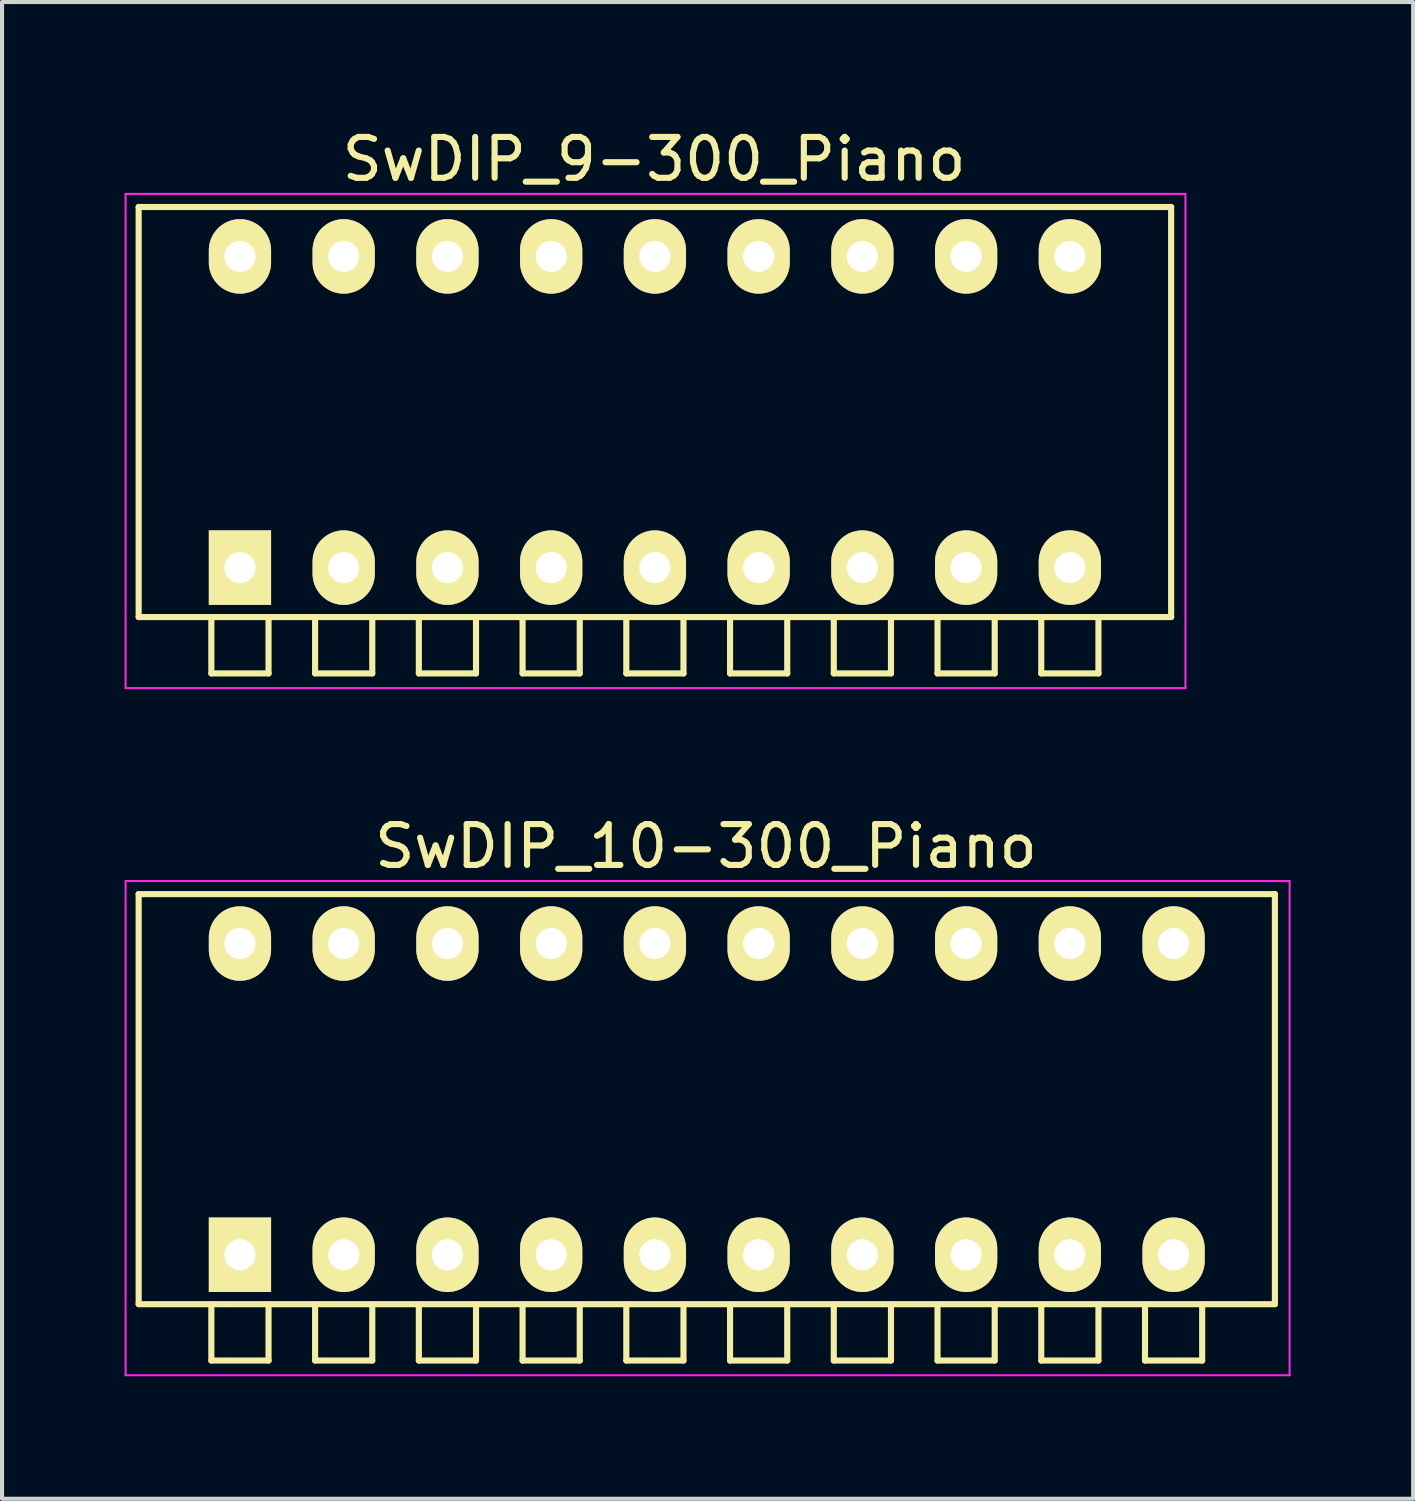
<source format=kicad_pcb>
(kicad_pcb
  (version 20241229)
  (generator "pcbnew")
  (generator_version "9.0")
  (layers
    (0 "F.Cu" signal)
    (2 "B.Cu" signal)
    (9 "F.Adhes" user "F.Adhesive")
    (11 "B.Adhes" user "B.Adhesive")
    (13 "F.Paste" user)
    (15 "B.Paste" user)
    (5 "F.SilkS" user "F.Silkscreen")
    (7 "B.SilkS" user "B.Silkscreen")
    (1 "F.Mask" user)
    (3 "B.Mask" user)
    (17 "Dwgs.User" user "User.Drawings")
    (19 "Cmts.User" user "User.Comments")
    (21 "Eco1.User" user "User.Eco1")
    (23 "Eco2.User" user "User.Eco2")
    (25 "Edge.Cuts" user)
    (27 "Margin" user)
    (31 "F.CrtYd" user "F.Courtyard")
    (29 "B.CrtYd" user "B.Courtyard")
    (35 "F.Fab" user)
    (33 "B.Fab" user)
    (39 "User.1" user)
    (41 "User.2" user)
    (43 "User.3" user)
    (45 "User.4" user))
  (footprint "SwDIP_10-300_Piano"
    (layer "F.Cu")
    (at 2.825 27.672)
    (property "Reference" "SwDIP_10-300_Piano" (at 11.41 -10 0) (layer "F.SilkS") (effects (font (size 1 1) (thickness 0.15))))
    (attr through_hole)
    (fp_line (start -2.48 -8.83) (end 25.34 -8.83) (stroke (width 0.15) (type solid)) (layer "F.SilkS"))
    (fp_line (start -2.48 1.21) (end -2.48 -8.83) (stroke (width 0.15) (type solid)) (layer "F.SilkS"))
    (fp_line (start -0.7 1.22) (end -0.7 2.59) (stroke (width 0.15) (type solid)) (layer "F.SilkS"))
    (fp_line (start -0.7 2.59) (end 0.7 2.59) (stroke (width 0.15) (type solid)) (layer "F.SilkS"))
    (fp_line (start 0.7 2.59) (end 0.7 1.22) (stroke (width 0.15) (type solid)) (layer "F.SilkS"))
    (fp_line (start 1.84 1.22) (end 1.84 2.59) (stroke (width 0.15) (type solid)) (layer "F.SilkS"))
    (fp_line (start 1.84 2.59) (end 3.24 2.59) (stroke (width 0.15) (type solid)) (layer "F.SilkS"))
    (fp_line (start 3.24 2.59) (end 3.24 1.22) (stroke (width 0.15) (type solid)) (layer "F.SilkS"))
    (fp_line (start 4.38 1.22) (end 4.38 2.59) (stroke (width 0.15) (type solid)) (layer "F.SilkS"))
    (fp_line (start 4.38 2.59) (end 5.78 2.59) (stroke (width 0.15) (type solid)) (layer "F.SilkS"))
    (fp_line (start 5.78 2.59) (end 5.78 1.22) (stroke (width 0.15) (type solid)) (layer "F.SilkS"))
    (fp_line (start 6.92 1.22) (end 6.92 2.59) (stroke (width 0.15) (type solid)) (layer "F.SilkS"))
    (fp_line (start 6.92 2.59) (end 8.32 2.59) (stroke (width 0.15) (type solid)) (layer "F.SilkS"))
    (fp_line (start 8.32 2.59) (end 8.32 1.22) (stroke (width 0.15) (type solid)) (layer "F.SilkS"))
    (fp_line (start 9.46 1.22) (end 9.46 2.59) (stroke (width 0.15) (type solid)) (layer "F.SilkS"))
    (fp_line (start 9.46 2.59) (end 10.86 2.59) (stroke (width 0.15) (type solid)) (layer "F.SilkS"))
    (fp_line (start 10.86 2.59) (end 10.86 1.22) (stroke (width 0.15) (type solid)) (layer "F.SilkS"))
    (fp_line (start 12 1.22) (end 12 2.59) (stroke (width 0.15) (type solid)) (layer "F.SilkS"))
    (fp_line (start 12 2.59) (end 13.4 2.59) (stroke (width 0.15) (type solid)) (layer "F.SilkS"))
    (fp_line (start 13.4 2.59) (end 13.4 1.22) (stroke (width 0.15) (type solid)) (layer "F.SilkS"))
    (fp_line (start 14.54 1.22) (end 14.54 2.59) (stroke (width 0.15) (type solid)) (layer "F.SilkS"))
    (fp_line (start 14.54 2.59) (end 15.94 2.59) (stroke (width 0.15) (type solid)) (layer "F.SilkS"))
    (fp_line (start 15.94 2.59) (end 15.94 1.22) (stroke (width 0.15) (type solid)) (layer "F.SilkS"))
    (fp_line (start 17.08 1.22) (end 17.08 2.59) (stroke (width 0.15) (type solid)) (layer "F.SilkS"))
    (fp_line (start 17.08 2.59) (end 18.48 2.59) (stroke (width 0.15) (type solid)) (layer "F.SilkS"))
    (fp_line (start 18.48 2.59) (end 18.48 1.22) (stroke (width 0.15) (type solid)) (layer "F.SilkS"))
    (fp_line (start 19.62 1.22) (end 19.62 2.59) (stroke (width 0.15) (type solid)) (layer "F.SilkS"))
    (fp_line (start 19.62 2.59) (end 21.02 2.59) (stroke (width 0.15) (type solid)) (layer "F.SilkS"))
    (fp_line (start 21.02 2.59) (end 21.02 1.22) (stroke (width 0.15) (type solid)) (layer "F.SilkS"))
    (fp_line (start 22.16 1.22) (end 22.16 2.59) (stroke (width 0.15) (type solid)) (layer "F.SilkS"))
    (fp_line (start 22.16 2.59) (end 23.56 2.59) (stroke (width 0.15) (type solid)) (layer "F.SilkS"))
    (fp_line (start 23.56 2.59) (end 23.56 1.22) (stroke (width 0.15) (type solid)) (layer "F.SilkS"))
    (fp_line (start 25.34 -8.83) (end 25.34 1.21) (stroke (width 0.15) (type solid)) (layer "F.SilkS"))
    (fp_line (start 25.34 1.21) (end -2.48 1.21) (stroke (width 0.15) (type solid)) (layer "F.SilkS"))
    (fp_line (start -2.8 -9.15) (end -2.8 2.95) (stroke (width 0.05) (type solid)) (layer "F.CrtYd"))
    (fp_line (start -2.8 2.95) (end 25.7 2.95) (stroke (width 0.05) (type solid)) (layer "F.CrtYd"))
    (fp_line (start 25.7 -9.15) (end -2.8 -9.15) (stroke (width 0.05) (type solid)) (layer "F.CrtYd"))
    (fp_line (start 25.7 2.95) (end 25.7 -9.15) (stroke (width 0.05) (type solid)) (layer "F.CrtYd"))
    (pad "1" thru_hole rect (at 0 0) (size 1.524 1.824) (drill 0.762) (layers "*.Cu" "*.Mask" "F.SilkS"))
    (pad "2" thru_hole oval (at 2.54 0) (size 1.524 1.824) (drill 0.762) (layers "*.Cu" "*.Mask" "F.SilkS"))
    (pad "3" thru_hole oval (at 5.08 0) (size 1.524 1.824) (drill 0.762) (layers "*.Cu" "*.Mask" "F.SilkS"))
    (pad "4" thru_hole oval (at 7.62 0) (size 1.524 1.824) (drill 0.762) (layers "*.Cu" "*.Mask" "F.SilkS"))
    (pad "5" thru_hole oval (at 10.16 0) (size 1.524 1.824) (drill 0.762) (layers "*.Cu" "*.Mask" "F.SilkS"))
    (pad "6" thru_hole oval (at 12.7 0) (size 1.524 1.824) (drill 0.762) (layers "*.Cu" "*.Mask" "F.SilkS"))
    (pad "7" thru_hole oval (at 15.24 0) (size 1.524 1.824) (drill 0.762) (layers "*.Cu" "*.Mask" "F.SilkS"))
    (pad "8" thru_hole oval (at 17.78 0) (size 1.524 1.824) (drill 0.762) (layers "*.Cu" "*.Mask" "F.SilkS"))
    (pad "9" thru_hole oval (at 20.32 0) (size 1.524 1.824) (drill 0.762) (layers "*.Cu" "*.Mask" "F.SilkS"))
    (pad "10" thru_hole oval (at 22.86 0) (size 1.524 1.824) (drill 0.762) (layers "*.Cu" "*.Mask" "F.SilkS"))
    (pad "11" thru_hole oval (at 22.86 -7.62) (size 1.524 1.824) (drill 0.762) (layers "*.Cu" "*.Mask" "F.SilkS"))
    (pad "12" thru_hole oval (at 20.32 -7.62) (size 1.524 1.824) (drill 0.762) (layers "*.Cu" "*.Mask" "F.SilkS"))
    (pad "13" thru_hole oval (at 17.78 -7.62) (size 1.524 1.824) (drill 0.762) (layers "*.Cu" "*.Mask" "F.SilkS"))
    (pad "14" thru_hole oval (at 15.24 -7.62) (size 1.524 1.824) (drill 0.762) (layers "*.Cu" "*.Mask" "F.SilkS"))
    (pad "15" thru_hole oval (at 12.7 -7.62) (size 1.524 1.824) (drill 0.762) (layers "*.Cu" "*.Mask" "F.SilkS"))
    (pad "16" thru_hole oval (at 10.16 -7.62) (size 1.524 1.824) (drill 0.762) (layers "*.Cu" "*.Mask" "F.SilkS"))
    (pad "17" thru_hole oval (at 7.62 -7.62) (size 1.524 1.824) (drill 0.762) (layers "*.Cu" "*.Mask" "F.SilkS"))
    (pad "18" thru_hole oval (at 5.08 -7.62) (size 1.524 1.824) (drill 0.762) (layers "*.Cu" "*.Mask" "F.SilkS"))
    (pad "19" thru_hole oval (at 2.54 -7.62) (size 1.524 1.824) (drill 0.762) (layers "*.Cu" "*.Mask" "F.SilkS"))
    (pad "20" thru_hole oval (at 0 -7.62) (size 1.524 1.824) (drill 0.762) (layers "*.Cu" "*.Mask" "F.SilkS")))
  (footprint "SwDIP_9-300_Piano"
    (layer "F.Cu")
    (at 2.825 10.848)
    (property "Reference" "SwDIP_9-300_Piano" (at 10.14 -10 0) (layer "F.SilkS") (effects (font (size 1 1) (thickness 0.15))))
    (attr through_hole)
    (fp_line (start -2.48 -8.83) (end 22.8 -8.83) (stroke (width 0.15) (type solid)) (layer "F.SilkS"))
    (fp_line (start -2.48 1.21) (end -2.48 -8.83) (stroke (width 0.15) (type solid)) (layer "F.SilkS"))
    (fp_line (start -0.7 1.22) (end -0.7 2.59) (stroke (width 0.15) (type solid)) (layer "F.SilkS"))
    (fp_line (start -0.7 2.59) (end 0.7 2.59) (stroke (width 0.15) (type solid)) (layer "F.SilkS"))
    (fp_line (start 0.7 2.59) (end 0.7 1.22) (stroke (width 0.15) (type solid)) (layer "F.SilkS"))
    (fp_line (start 1.84 1.22) (end 1.84 2.59) (stroke (width 0.15) (type solid)) (layer "F.SilkS"))
    (fp_line (start 1.84 2.59) (end 3.24 2.59) (stroke (width 0.15) (type solid)) (layer "F.SilkS"))
    (fp_line (start 3.24 2.59) (end 3.24 1.22) (stroke (width 0.15) (type solid)) (layer "F.SilkS"))
    (fp_line (start 4.38 1.22) (end 4.38 2.59) (stroke (width 0.15) (type solid)) (layer "F.SilkS"))
    (fp_line (start 4.38 2.59) (end 5.78 2.59) (stroke (width 0.15) (type solid)) (layer "F.SilkS"))
    (fp_line (start 5.78 2.59) (end 5.78 1.22) (stroke (width 0.15) (type solid)) (layer "F.SilkS"))
    (fp_line (start 6.92 1.22) (end 6.92 2.59) (stroke (width 0.15) (type solid)) (layer "F.SilkS"))
    (fp_line (start 6.92 2.59) (end 8.32 2.59) (stroke (width 0.15) (type solid)) (layer "F.SilkS"))
    (fp_line (start 8.32 2.59) (end 8.32 1.22) (stroke (width 0.15) (type solid)) (layer "F.SilkS"))
    (fp_line (start 9.46 1.22) (end 9.46 2.59) (stroke (width 0.15) (type solid)) (layer "F.SilkS"))
    (fp_line (start 9.46 2.59) (end 10.86 2.59) (stroke (width 0.15) (type solid)) (layer "F.SilkS"))
    (fp_line (start 10.86 2.59) (end 10.86 1.22) (stroke (width 0.15) (type solid)) (layer "F.SilkS"))
    (fp_line (start 12 1.22) (end 12 2.59) (stroke (width 0.15) (type solid)) (layer "F.SilkS"))
    (fp_line (start 12 2.59) (end 13.4 2.59) (stroke (width 0.15) (type solid)) (layer "F.SilkS"))
    (fp_line (start 13.4 2.59) (end 13.4 1.22) (stroke (width 0.15) (type solid)) (layer "F.SilkS"))
    (fp_line (start 14.54 1.22) (end 14.54 2.59) (stroke (width 0.15) (type solid)) (layer "F.SilkS"))
    (fp_line (start 14.54 2.59) (end 15.94 2.59) (stroke (width 0.15) (type solid)) (layer "F.SilkS"))
    (fp_line (start 15.94 2.59) (end 15.94 1.22) (stroke (width 0.15) (type solid)) (layer "F.SilkS"))
    (fp_line (start 17.08 1.22) (end 17.08 2.59) (stroke (width 0.15) (type solid)) (layer "F.SilkS"))
    (fp_line (start 17.08 2.59) (end 18.48 2.59) (stroke (width 0.15) (type solid)) (layer "F.SilkS"))
    (fp_line (start 18.48 2.59) (end 18.48 1.22) (stroke (width 0.15) (type solid)) (layer "F.SilkS"))
    (fp_line (start 19.62 1.22) (end 19.62 2.59) (stroke (width 0.15) (type solid)) (layer "F.SilkS"))
    (fp_line (start 19.62 2.59) (end 21.02 2.59) (stroke (width 0.15) (type solid)) (layer "F.SilkS"))
    (fp_line (start 21.02 2.59) (end 21.02 1.22) (stroke (width 0.15) (type solid)) (layer "F.SilkS"))
    (fp_line (start 22.8 -8.83) (end 22.8 1.21) (stroke (width 0.15) (type solid)) (layer "F.SilkS"))
    (fp_line (start 22.8 1.21) (end -2.48 1.21) (stroke (width 0.15) (type solid)) (layer "F.SilkS"))
    (fp_line (start -2.8 -9.15) (end -2.8 2.95) (stroke (width 0.05) (type solid)) (layer "F.CrtYd"))
    (fp_line (start -2.8 2.95) (end 23.15 2.95) (stroke (width 0.05) (type solid)) (layer "F.CrtYd"))
    (fp_line (start 23.15 -9.15) (end -2.8 -9.15) (stroke (width 0.05) (type solid)) (layer "F.CrtYd"))
    (fp_line (start 23.15 2.95) (end 23.15 -9.15) (stroke (width 0.05) (type solid)) (layer "F.CrtYd"))
    (pad "1" thru_hole rect (at 0 0) (size 1.524 1.824) (drill 0.762) (layers "*.Cu" "*.Mask" "F.SilkS"))
    (pad "2" thru_hole oval (at 2.54 0) (size 1.524 1.824) (drill 0.762) (layers "*.Cu" "*.Mask" "F.SilkS"))
    (pad "3" thru_hole oval (at 5.08 0) (size 1.524 1.824) (drill 0.762) (layers "*.Cu" "*.Mask" "F.SilkS"))
    (pad "4" thru_hole oval (at 7.62 0) (size 1.524 1.824) (drill 0.762) (layers "*.Cu" "*.Mask" "F.SilkS"))
    (pad "5" thru_hole oval (at 10.16 0) (size 1.524 1.824) (drill 0.762) (layers "*.Cu" "*.Mask" "F.SilkS"))
    (pad "6" thru_hole oval (at 12.7 0) (size 1.524 1.824) (drill 0.762) (layers "*.Cu" "*.Mask" "F.SilkS"))
    (pad "7" thru_hole oval (at 15.24 0) (size 1.524 1.824) (drill 0.762) (layers "*.Cu" "*.Mask" "F.SilkS"))
    (pad "8" thru_hole oval (at 17.78 0) (size 1.524 1.824) (drill 0.762) (layers "*.Cu" "*.Mask" "F.SilkS"))
    (pad "9" thru_hole oval (at 20.32 0) (size 1.524 1.824) (drill 0.762) (layers "*.Cu" "*.Mask" "F.SilkS"))
    (pad "10" thru_hole oval (at 20.32 -7.62) (size 1.524 1.824) (drill 0.762) (layers "*.Cu" "*.Mask" "F.SilkS"))
    (pad "11" thru_hole oval (at 17.78 -7.62) (size 1.524 1.824) (drill 0.762) (layers "*.Cu" "*.Mask" "F.SilkS"))
    (pad "12" thru_hole oval (at 15.24 -7.62) (size 1.524 1.824) (drill 0.762) (layers "*.Cu" "*.Mask" "F.SilkS"))
    (pad "13" thru_hole oval (at 12.7 -7.62) (size 1.524 1.824) (drill 0.762) (layers "*.Cu" "*.Mask" "F.SilkS"))
    (pad "14" thru_hole oval (at 10.16 -7.62) (size 1.524 1.824) (drill 0.762) (layers "*.Cu" "*.Mask" "F.SilkS"))
    (pad "15" thru_hole oval (at 7.62 -7.62) (size 1.524 1.824) (drill 0.762) (layers "*.Cu" "*.Mask" "F.SilkS"))
    (pad "16" thru_hole oval (at 5.08 -7.62) (size 1.524 1.824) (drill 0.762) (layers "*.Cu" "*.Mask" "F.SilkS"))
    (pad "17" thru_hole oval (at 2.54 -7.62) (size 1.524 1.824) (drill 0.762) (layers "*.Cu" "*.Mask" "F.SilkS"))
    (pad "18" thru_hole oval (at 0 -7.62) (size 1.524 1.824) (drill 0.762) (layers "*.Cu" "*.Mask" "F.SilkS")))
  (gr_rect
    (start -3 -3)
    (end 31.55 33.647)
    (stroke (width 0.1) (type default))
    (fill no)
    (layer "Edge.Cuts")))
</source>
